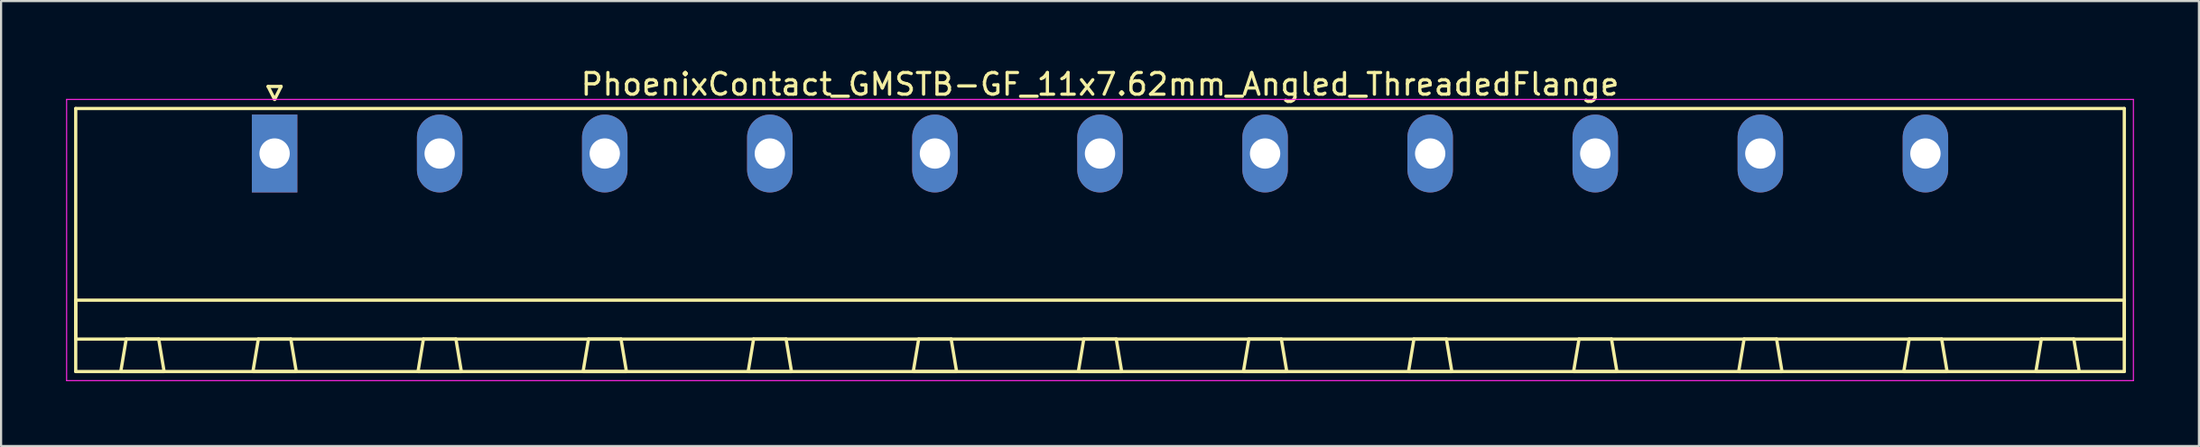
<source format=kicad_pcb>
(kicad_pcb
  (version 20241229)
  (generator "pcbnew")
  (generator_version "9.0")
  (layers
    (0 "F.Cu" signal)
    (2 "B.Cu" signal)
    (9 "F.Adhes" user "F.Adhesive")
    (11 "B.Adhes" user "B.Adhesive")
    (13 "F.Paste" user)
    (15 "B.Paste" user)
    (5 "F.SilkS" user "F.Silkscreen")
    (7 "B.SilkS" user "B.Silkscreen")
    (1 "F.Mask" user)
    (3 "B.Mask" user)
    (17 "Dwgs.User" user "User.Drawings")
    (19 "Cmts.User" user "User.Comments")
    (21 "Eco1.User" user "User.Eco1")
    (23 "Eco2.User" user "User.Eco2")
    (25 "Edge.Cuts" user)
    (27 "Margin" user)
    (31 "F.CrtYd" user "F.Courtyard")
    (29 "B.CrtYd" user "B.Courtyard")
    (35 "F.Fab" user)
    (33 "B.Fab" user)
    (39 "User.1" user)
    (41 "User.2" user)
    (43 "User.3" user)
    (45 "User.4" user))
  (footprint "PhoenixContact_GMSTB-GF_11x7.62mm_Angled_ThreadedFlange"
    (layer "F.Cu")
    (at 9.625 4.048)
    (property "Reference" "PhoenixContact_GMSTB-GF_11x7.62mm_Angled_ThreadedFlange" (at 38.1 -3.2 0) (layer "F.SilkS") (effects (font (size 1 1) (thickness 0.15))))
    (attr through_hole)
    (fp_line (start -9.18 -2.08) (end -9.18 10.08) (stroke (width 0.15) (type solid)) (layer "F.SilkS"))
    (fp_line (start -9.18 6.78) (end 85.38 6.78) (stroke (width 0.15) (type solid)) (layer "F.SilkS"))
    (fp_line (start -9.18 8.58) (end -9.18 6.78) (stroke (width 0.15) (type solid)) (layer "F.SilkS"))
    (fp_line (start -9.18 10.08) (end 85.38 10.08) (stroke (width 0.15) (type solid)) (layer "F.SilkS"))
    (fp_line (start -7.1 10.08) (end -5.1 10.08) (stroke (width 0.15) (type solid)) (layer "F.SilkS"))
    (fp_line (start -6.85 8.58) (end -7.1 10.08) (stroke (width 0.15) (type solid)) (layer "F.SilkS"))
    (fp_line (start -5.35 8.58) (end -6.85 8.58) (stroke (width 0.15) (type solid)) (layer "F.SilkS"))
    (fp_line (start -5.1 10.08) (end -5.35 8.58) (stroke (width 0.15) (type solid)) (layer "F.SilkS"))
    (fp_line (start -1 10.08) (end 1 10.08) (stroke (width 0.15) (type solid)) (layer "F.SilkS"))
    (fp_line (start -0.75 8.58) (end -1 10.08) (stroke (width 0.15) (type solid)) (layer "F.SilkS"))
    (fp_line (start -0.3 -3.1) (end 0 -2.5) (stroke (width 0.15) (type solid)) (layer "F.SilkS"))
    (fp_line (start 0 -2.5) (end 0.3 -3.1) (stroke (width 0.15) (type solid)) (layer "F.SilkS"))
    (fp_line (start 0.3 -3.1) (end -0.3 -3.1) (stroke (width 0.15) (type solid)) (layer "F.SilkS"))
    (fp_line (start 0.75 8.58) (end -0.75 8.58) (stroke (width 0.15) (type solid)) (layer "F.SilkS"))
    (fp_line (start 1 10.08) (end 0.75 8.58) (stroke (width 0.15) (type solid)) (layer "F.SilkS"))
    (fp_line (start 6.62 10.08) (end 8.62 10.08) (stroke (width 0.15) (type solid)) (layer "F.SilkS"))
    (fp_line (start 6.87 8.58) (end 6.62 10.08) (stroke (width 0.15) (type solid)) (layer "F.SilkS"))
    (fp_line (start 8.37 8.58) (end 6.87 8.58) (stroke (width 0.15) (type solid)) (layer "F.SilkS"))
    (fp_line (start 8.62 10.08) (end 8.37 8.58) (stroke (width 0.15) (type solid)) (layer "F.SilkS"))
    (fp_line (start 14.24 10.08) (end 16.24 10.08) (stroke (width 0.15) (type solid)) (layer "F.SilkS"))
    (fp_line (start 14.49 8.58) (end 14.24 10.08) (stroke (width 0.15) (type solid)) (layer "F.SilkS"))
    (fp_line (start 15.99 8.58) (end 14.49 8.58) (stroke (width 0.15) (type solid)) (layer "F.SilkS"))
    (fp_line (start 16.24 10.08) (end 15.99 8.58) (stroke (width 0.15) (type solid)) (layer "F.SilkS"))
    (fp_line (start 21.86 10.08) (end 23.86 10.08) (stroke (width 0.15) (type solid)) (layer "F.SilkS"))
    (fp_line (start 22.11 8.58) (end 21.86 10.08) (stroke (width 0.15) (type solid)) (layer "F.SilkS"))
    (fp_line (start 23.61 8.58) (end 22.11 8.58) (stroke (width 0.15) (type solid)) (layer "F.SilkS"))
    (fp_line (start 23.86 10.08) (end 23.61 8.58) (stroke (width 0.15) (type solid)) (layer "F.SilkS"))
    (fp_line (start 29.48 10.08) (end 31.48 10.08) (stroke (width 0.15) (type solid)) (layer "F.SilkS"))
    (fp_line (start 29.73 8.58) (end 29.48 10.08) (stroke (width 0.15) (type solid)) (layer "F.SilkS"))
    (fp_line (start 31.23 8.58) (end 29.73 8.58) (stroke (width 0.15) (type solid)) (layer "F.SilkS"))
    (fp_line (start 31.48 10.08) (end 31.23 8.58) (stroke (width 0.15) (type solid)) (layer "F.SilkS"))
    (fp_line (start 37.1 10.08) (end 39.1 10.08) (stroke (width 0.15) (type solid)) (layer "F.SilkS"))
    (fp_line (start 37.35 8.58) (end 37.1 10.08) (stroke (width 0.15) (type solid)) (layer "F.SilkS"))
    (fp_line (start 38.85 8.58) (end 37.35 8.58) (stroke (width 0.15) (type solid)) (layer "F.SilkS"))
    (fp_line (start 39.1 10.08) (end 38.85 8.58) (stroke (width 0.15) (type solid)) (layer "F.SilkS"))
    (fp_line (start 44.72 10.08) (end 46.72 10.08) (stroke (width 0.15) (type solid)) (layer "F.SilkS"))
    (fp_line (start 44.97 8.58) (end 44.72 10.08) (stroke (width 0.15) (type solid)) (layer "F.SilkS"))
    (fp_line (start 46.47 8.58) (end 44.97 8.58) (stroke (width 0.15) (type solid)) (layer "F.SilkS"))
    (fp_line (start 46.72 10.08) (end 46.47 8.58) (stroke (width 0.15) (type solid)) (layer "F.SilkS"))
    (fp_line (start 52.34 10.08) (end 54.34 10.08) (stroke (width 0.15) (type solid)) (layer "F.SilkS"))
    (fp_line (start 52.59 8.58) (end 52.34 10.08) (stroke (width 0.15) (type solid)) (layer "F.SilkS"))
    (fp_line (start 54.09 8.58) (end 52.59 8.58) (stroke (width 0.15) (type solid)) (layer "F.SilkS"))
    (fp_line (start 54.34 10.08) (end 54.09 8.58) (stroke (width 0.15) (type solid)) (layer "F.SilkS"))
    (fp_line (start 59.96 10.08) (end 61.96 10.08) (stroke (width 0.15) (type solid)) (layer "F.SilkS"))
    (fp_line (start 60.21 8.58) (end 59.96 10.08) (stroke (width 0.15) (type solid)) (layer "F.SilkS"))
    (fp_line (start 61.71 8.58) (end 60.21 8.58) (stroke (width 0.15) (type solid)) (layer "F.SilkS"))
    (fp_line (start 61.96 10.08) (end 61.71 8.58) (stroke (width 0.15) (type solid)) (layer "F.SilkS"))
    (fp_line (start 67.58 10.08) (end 69.58 10.08) (stroke (width 0.15) (type solid)) (layer "F.SilkS"))
    (fp_line (start 67.83 8.58) (end 67.58 10.08) (stroke (width 0.15) (type solid)) (layer "F.SilkS"))
    (fp_line (start 69.33 8.58) (end 67.83 8.58) (stroke (width 0.15) (type solid)) (layer "F.SilkS"))
    (fp_line (start 69.58 10.08) (end 69.33 8.58) (stroke (width 0.15) (type solid)) (layer "F.SilkS"))
    (fp_line (start 75.2 10.08) (end 77.2 10.08) (stroke (width 0.15) (type solid)) (layer "F.SilkS"))
    (fp_line (start 75.45 8.58) (end 75.2 10.08) (stroke (width 0.15) (type solid)) (layer "F.SilkS"))
    (fp_line (start 76.95 8.58) (end 75.45 8.58) (stroke (width 0.15) (type solid)) (layer "F.SilkS"))
    (fp_line (start 77.2 10.08) (end 76.95 8.58) (stroke (width 0.15) (type solid)) (layer "F.SilkS"))
    (fp_line (start 81.3 10.08) (end 83.3 10.08) (stroke (width 0.15) (type solid)) (layer "F.SilkS"))
    (fp_line (start 81.55 8.58) (end 81.3 10.08) (stroke (width 0.15) (type solid)) (layer "F.SilkS"))
    (fp_line (start 83.05 8.58) (end 81.55 8.58) (stroke (width 0.15) (type solid)) (layer "F.SilkS"))
    (fp_line (start 83.3 10.08) (end 83.05 8.58) (stroke (width 0.15) (type solid)) (layer "F.SilkS"))
    (fp_line (start 85.38 -2.08) (end -9.18 -2.08) (stroke (width 0.15) (type solid)) (layer "F.SilkS"))
    (fp_line (start 85.38 6.78) (end 85.38 8.58) (stroke (width 0.15) (type solid)) (layer "F.SilkS"))
    (fp_line (start 85.38 8.58) (end -9.18 8.58) (stroke (width 0.15) (type solid)) (layer "F.SilkS"))
    (fp_line (start 85.38 10.08) (end 85.38 -2.08) (stroke (width 0.15) (type solid)) (layer "F.SilkS"))
    (fp_line (start -9.6 -2.5) (end -9.6 10.5) (stroke (width 0.05) (type solid)) (layer "F.CrtYd"))
    (fp_line (start -9.6 10.5) (end 85.8 10.5) (stroke (width 0.05) (type solid)) (layer "F.CrtYd"))
    (fp_line (start 85.8 -2.5) (end -9.6 -2.5) (stroke (width 0.05) (type solid)) (layer "F.CrtYd"))
    (fp_line (start 85.8 10.5) (end 85.8 -2.5) (stroke (width 0.05) (type solid)) (layer "F.CrtYd"))
    (pad "1" thru_hole rect (at 0 0) (size 2.1 3.6) (drill 1.4) (layers "*.Cu" "*.Mask"))
    (pad "2" thru_hole oval (at 7.62 0) (size 2.1 3.6) (drill 1.4) (layers "*.Cu" "*.Mask"))
    (pad "3" thru_hole oval (at 15.24 0) (size 2.1 3.6) (drill 1.4) (layers "*.Cu" "*.Mask"))
    (pad "4" thru_hole oval (at 22.86 0) (size 2.1 3.6) (drill 1.4) (layers "*.Cu" "*.Mask"))
    (pad "5" thru_hole oval (at 30.48 0) (size 2.1 3.6) (drill 1.4) (layers "*.Cu" "*.Mask"))
    (pad "6" thru_hole oval (at 38.1 0) (size 2.1 3.6) (drill 1.4) (layers "*.Cu" "*.Mask"))
    (pad "7" thru_hole oval (at 45.72 0) (size 2.1 3.6) (drill 1.4) (layers "*.Cu" "*.Mask"))
    (pad "8" thru_hole oval (at 53.34 0) (size 2.1 3.6) (drill 1.4) (layers "*.Cu" "*.Mask"))
    (pad "9" thru_hole oval (at 60.96 0) (size 2.1 3.6) (drill 1.4) (layers "*.Cu" "*.Mask"))
    (pad "10" thru_hole oval (at 68.58 0) (size 2.1 3.6) (drill 1.4) (layers "*.Cu" "*.Mask"))
    (pad "11" thru_hole oval (at 76.2 0) (size 2.1 3.6) (drill 1.4) (layers "*.Cu" "*.Mask")))
  (gr_rect
    (start -3 -3)
    (end 98.45 17.573)
    (stroke (width 0.1) (type default))
    (fill no)
    (layer "Edge.Cuts")))
</source>
